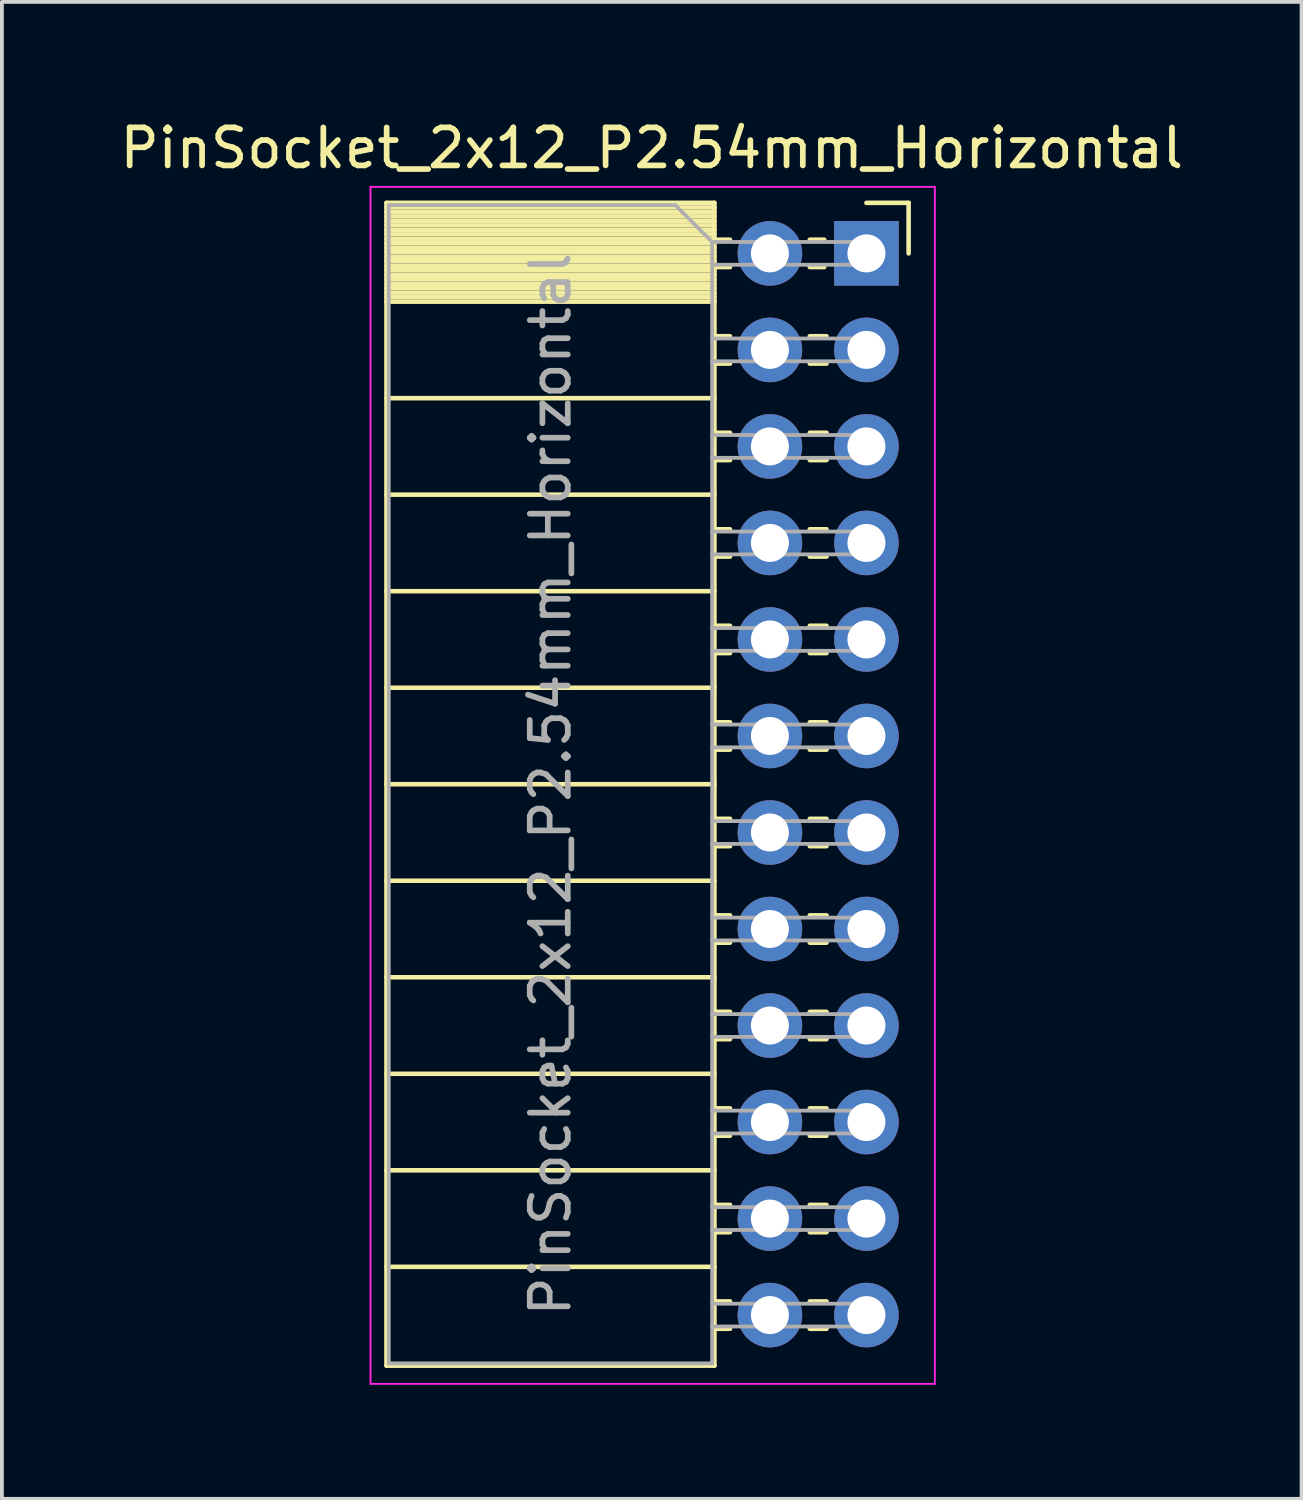
<source format=kicad_pcb>
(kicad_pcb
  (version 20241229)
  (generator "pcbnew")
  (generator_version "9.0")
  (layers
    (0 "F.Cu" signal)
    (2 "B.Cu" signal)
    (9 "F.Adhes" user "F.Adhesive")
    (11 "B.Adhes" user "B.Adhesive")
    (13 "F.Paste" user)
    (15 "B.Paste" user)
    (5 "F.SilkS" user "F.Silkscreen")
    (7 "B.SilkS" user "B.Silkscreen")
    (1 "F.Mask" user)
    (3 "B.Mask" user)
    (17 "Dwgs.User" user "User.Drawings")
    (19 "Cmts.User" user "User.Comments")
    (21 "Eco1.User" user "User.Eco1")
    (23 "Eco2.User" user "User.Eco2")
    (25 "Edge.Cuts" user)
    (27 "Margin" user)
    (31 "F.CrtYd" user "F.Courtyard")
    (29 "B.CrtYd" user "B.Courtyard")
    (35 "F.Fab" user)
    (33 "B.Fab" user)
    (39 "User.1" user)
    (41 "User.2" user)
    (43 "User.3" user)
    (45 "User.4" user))
  (footprint "PinSocket_2x12_P2.54mm_Horizontal"
    (layer "F.Cu")
    (at 19.751 3.618)
    (property "Reference" "PinSocket_2x12_P2.54mm_Horizontal" (at -5.65 -2.77 0) (layer "F.SilkS") (effects (font (size 1 1) (thickness 0.15))))
    (attr through_hole)
    (fp_line (start -12.63 -1.33) (end -12.63 29.27) (stroke (width 0.12) (type solid)) (layer "F.SilkS"))
    (fp_line (start -12.63 -1.33) (end -4 -1.33) (stroke (width 0.12) (type solid)) (layer "F.SilkS"))
    (fp_line (start -12.63 -1.21) (end -4 -1.21) (stroke (width 0.12) (type solid)) (layer "F.SilkS"))
    (fp_line (start -12.63 -1.092) (end -4 -1.092) (stroke (width 0.12) (type solid)) (layer "F.SilkS"))
    (fp_line (start -12.63 -0.974) (end -4 -0.974) (stroke (width 0.12) (type solid)) (layer "F.SilkS"))
    (fp_line (start -12.63 -0.856) (end -4 -0.856) (stroke (width 0.12) (type solid)) (layer "F.SilkS"))
    (fp_line (start -12.63 -0.738) (end -4 -0.738) (stroke (width 0.12) (type solid)) (layer "F.SilkS"))
    (fp_line (start -12.63 -0.62) (end -4 -0.62) (stroke (width 0.12) (type solid)) (layer "F.SilkS"))
    (fp_line (start -12.63 -0.501) (end -4 -0.501) (stroke (width 0.12) (type solid)) (layer "F.SilkS"))
    (fp_line (start -12.63 -0.383) (end -4 -0.383) (stroke (width 0.12) (type solid)) (layer "F.SilkS"))
    (fp_line (start -12.63 -0.265) (end -4 -0.265) (stroke (width 0.12) (type solid)) (layer "F.SilkS"))
    (fp_line (start -12.63 -0.147) (end -4 -0.147) (stroke (width 0.12) (type solid)) (layer "F.SilkS"))
    (fp_line (start -12.63 -0.029) (end -4 -0.029) (stroke (width 0.12) (type solid)) (layer "F.SilkS"))
    (fp_line (start -12.63 0.089) (end -4 0.089) (stroke (width 0.12) (type solid)) (layer "F.SilkS"))
    (fp_line (start -12.63 0.207) (end -4 0.207) (stroke (width 0.12) (type solid)) (layer "F.SilkS"))
    (fp_line (start -12.63 0.325) (end -4 0.325) (stroke (width 0.12) (type solid)) (layer "F.SilkS"))
    (fp_line (start -12.63 0.443) (end -4 0.443) (stroke (width 0.12) (type solid)) (layer "F.SilkS"))
    (fp_line (start -12.63 0.561) (end -4 0.561) (stroke (width 0.12) (type solid)) (layer "F.SilkS"))
    (fp_line (start -12.63 0.68) (end -4 0.68) (stroke (width 0.12) (type solid)) (layer "F.SilkS"))
    (fp_line (start -12.63 0.798) (end -4 0.798) (stroke (width 0.12) (type solid)) (layer "F.SilkS"))
    (fp_line (start -12.63 0.916) (end -4 0.916) (stroke (width 0.12) (type solid)) (layer "F.SilkS"))
    (fp_line (start -12.63 1.034) (end -4 1.034) (stroke (width 0.12) (type solid)) (layer "F.SilkS"))
    (fp_line (start -12.63 1.152) (end -4 1.152) (stroke (width 0.12) (type solid)) (layer "F.SilkS"))
    (fp_line (start -12.63 1.27) (end -4 1.27) (stroke (width 0.12) (type solid)) (layer "F.SilkS"))
    (fp_line (start -12.63 3.81) (end -4 3.81) (stroke (width 0.12) (type solid)) (layer "F.SilkS"))
    (fp_line (start -12.63 6.35) (end -4 6.35) (stroke (width 0.12) (type solid)) (layer "F.SilkS"))
    (fp_line (start -12.63 8.89) (end -4 8.89) (stroke (width 0.12) (type solid)) (layer "F.SilkS"))
    (fp_line (start -12.63 11.43) (end -4 11.43) (stroke (width 0.12) (type solid)) (layer "F.SilkS"))
    (fp_line (start -12.63 13.97) (end -4 13.97) (stroke (width 0.12) (type solid)) (layer "F.SilkS"))
    (fp_line (start -12.63 16.51) (end -4 16.51) (stroke (width 0.12) (type solid)) (layer "F.SilkS"))
    (fp_line (start -12.63 19.05) (end -4 19.05) (stroke (width 0.12) (type solid)) (layer "F.SilkS"))
    (fp_line (start -12.63 21.59) (end -4 21.59) (stroke (width 0.12) (type solid)) (layer "F.SilkS"))
    (fp_line (start -12.63 24.13) (end -4 24.13) (stroke (width 0.12) (type solid)) (layer "F.SilkS"))
    (fp_line (start -12.63 26.67) (end -4 26.67) (stroke (width 0.12) (type solid)) (layer "F.SilkS"))
    (fp_line (start -12.63 29.27) (end -4 29.27) (stroke (width 0.12) (type solid)) (layer "F.SilkS"))
    (fp_line (start -4 -1.33) (end -4 29.27) (stroke (width 0.12) (type solid)) (layer "F.SilkS"))
    (fp_line (start -4 -0.36) (end -3.59 -0.36) (stroke (width 0.12) (type solid)) (layer "F.SilkS"))
    (fp_line (start -4 0.36) (end -3.59 0.36) (stroke (width 0.12) (type solid)) (layer "F.SilkS"))
    (fp_line (start -4 2.18) (end -3.59 2.18) (stroke (width 0.12) (type solid)) (layer "F.SilkS"))
    (fp_line (start -4 2.9) (end -3.59 2.9) (stroke (width 0.12) (type solid)) (layer "F.SilkS"))
    (fp_line (start -4 4.72) (end -3.59 4.72) (stroke (width 0.12) (type solid)) (layer "F.SilkS"))
    (fp_line (start -4 5.44) (end -3.59 5.44) (stroke (width 0.12) (type solid)) (layer "F.SilkS"))
    (fp_line (start -4 7.26) (end -3.59 7.26) (stroke (width 0.12) (type solid)) (layer "F.SilkS"))
    (fp_line (start -4 7.98) (end -3.59 7.98) (stroke (width 0.12) (type solid)) (layer "F.SilkS"))
    (fp_line (start -4 9.8) (end -3.59 9.8) (stroke (width 0.12) (type solid)) (layer "F.SilkS"))
    (fp_line (start -4 10.52) (end -3.59 10.52) (stroke (width 0.12) (type solid)) (layer "F.SilkS"))
    (fp_line (start -4 12.34) (end -3.59 12.34) (stroke (width 0.12) (type solid)) (layer "F.SilkS"))
    (fp_line (start -4 13.06) (end -3.59 13.06) (stroke (width 0.12) (type solid)) (layer "F.SilkS"))
    (fp_line (start -4 14.88) (end -3.59 14.88) (stroke (width 0.12) (type solid)) (layer "F.SilkS"))
    (fp_line (start -4 15.6) (end -3.59 15.6) (stroke (width 0.12) (type solid)) (layer "F.SilkS"))
    (fp_line (start -4 17.42) (end -3.59 17.42) (stroke (width 0.12) (type solid)) (layer "F.SilkS"))
    (fp_line (start -4 18.14) (end -3.59 18.14) (stroke (width 0.12) (type solid)) (layer "F.SilkS"))
    (fp_line (start -4 19.96) (end -3.59 19.96) (stroke (width 0.12) (type solid)) (layer "F.SilkS"))
    (fp_line (start -4 20.68) (end -3.59 20.68) (stroke (width 0.12) (type solid)) (layer "F.SilkS"))
    (fp_line (start -4 22.5) (end -3.59 22.5) (stroke (width 0.12) (type solid)) (layer "F.SilkS"))
    (fp_line (start -4 23.22) (end -3.59 23.22) (stroke (width 0.12) (type solid)) (layer "F.SilkS"))
    (fp_line (start -4 25.04) (end -3.59 25.04) (stroke (width 0.12) (type solid)) (layer "F.SilkS"))
    (fp_line (start -4 25.76) (end -3.59 25.76) (stroke (width 0.12) (type solid)) (layer "F.SilkS"))
    (fp_line (start -4 27.58) (end -3.59 27.58) (stroke (width 0.12) (type solid)) (layer "F.SilkS"))
    (fp_line (start -4 28.3) (end -3.59 28.3) (stroke (width 0.12) (type solid)) (layer "F.SilkS"))
    (fp_line (start -1.49 -0.36) (end -1.11 -0.36) (stroke (width 0.12) (type solid)) (layer "F.SilkS"))
    (fp_line (start -1.49 0.36) (end -1.11 0.36) (stroke (width 0.12) (type solid)) (layer "F.SilkS"))
    (fp_line (start -1.49 2.18) (end -1.05 2.18) (stroke (width 0.12) (type solid)) (layer "F.SilkS"))
    (fp_line (start -1.49 2.9) (end -1.05 2.9) (stroke (width 0.12) (type solid)) (layer "F.SilkS"))
    (fp_line (start -1.49 4.72) (end -1.05 4.72) (stroke (width 0.12) (type solid)) (layer "F.SilkS"))
    (fp_line (start -1.49 5.44) (end -1.05 5.44) (stroke (width 0.12) (type solid)) (layer "F.SilkS"))
    (fp_line (start -1.49 7.26) (end -1.05 7.26) (stroke (width 0.12) (type solid)) (layer "F.SilkS"))
    (fp_line (start -1.49 7.98) (end -1.05 7.98) (stroke (width 0.12) (type solid)) (layer "F.SilkS"))
    (fp_line (start -1.49 9.8) (end -1.05 9.8) (stroke (width 0.12) (type solid)) (layer "F.SilkS"))
    (fp_line (start -1.49 10.52) (end -1.05 10.52) (stroke (width 0.12) (type solid)) (layer "F.SilkS"))
    (fp_line (start -1.49 12.34) (end -1.05 12.34) (stroke (width 0.12) (type solid)) (layer "F.SilkS"))
    (fp_line (start -1.49 13.06) (end -1.05 13.06) (stroke (width 0.12) (type solid)) (layer "F.SilkS"))
    (fp_line (start -1.49 14.88) (end -1.05 14.88) (stroke (width 0.12) (type solid)) (layer "F.SilkS"))
    (fp_line (start -1.49 15.6) (end -1.05 15.6) (stroke (width 0.12) (type solid)) (layer "F.SilkS"))
    (fp_line (start -1.49 17.42) (end -1.05 17.42) (stroke (width 0.12) (type solid)) (layer "F.SilkS"))
    (fp_line (start -1.49 18.14) (end -1.05 18.14) (stroke (width 0.12) (type solid)) (layer "F.SilkS"))
    (fp_line (start -1.49 19.96) (end -1.05 19.96) (stroke (width 0.12) (type solid)) (layer "F.SilkS"))
    (fp_line (start -1.49 20.68) (end -1.05 20.68) (stroke (width 0.12) (type solid)) (layer "F.SilkS"))
    (fp_line (start -1.49 22.5) (end -1.05 22.5) (stroke (width 0.12) (type solid)) (layer "F.SilkS"))
    (fp_line (start -1.49 23.22) (end -1.05 23.22) (stroke (width 0.12) (type solid)) (layer "F.SilkS"))
    (fp_line (start -1.49 25.04) (end -1.05 25.04) (stroke (width 0.12) (type solid)) (layer "F.SilkS"))
    (fp_line (start -1.49 25.76) (end -1.05 25.76) (stroke (width 0.12) (type solid)) (layer "F.SilkS"))
    (fp_line (start -1.49 27.58) (end -1.05 27.58) (stroke (width 0.12) (type solid)) (layer "F.SilkS"))
    (fp_line (start -1.49 28.3) (end -1.05 28.3) (stroke (width 0.12) (type solid)) (layer "F.SilkS"))
    (fp_line (start 0 -1.33) (end 1.11 -1.33) (stroke (width 0.12) (type solid)) (layer "F.SilkS"))
    (fp_line (start 1.11 -1.33) (end 1.11 0) (stroke (width 0.12) (type solid)) (layer "F.SilkS"))
    (fp_line (start -13.05 -1.75) (end -13.05 29.75) (stroke (width 0.05) (type solid)) (layer "F.CrtYd"))
    (fp_line (start -13.05 29.75) (end 1.8 29.75) (stroke (width 0.05) (type solid)) (layer "F.CrtYd"))
    (fp_line (start 1.8 -1.75) (end -13.05 -1.75) (stroke (width 0.05) (type solid)) (layer "F.CrtYd"))
    (fp_line (start 1.8 29.75) (end 1.8 -1.75) (stroke (width 0.05) (type solid)) (layer "F.CrtYd"))
    (fp_line (start -12.57 -1.27) (end -5.03 -1.27) (stroke (width 0.1) (type solid)) (layer "F.Fab"))
    (fp_line (start -12.57 29.21) (end -12.57 -1.27) (stroke (width 0.1) (type solid)) (layer "F.Fab"))
    (fp_line (start -5.03 -1.27) (end -4.06 -0.3) (stroke (width 0.1) (type solid)) (layer "F.Fab"))
    (fp_line (start -4.06 -0.3) (end -4.06 29.21) (stroke (width 0.1) (type solid)) (layer "F.Fab"))
    (fp_line (start -4.06 0.3) (end 0 0.3) (stroke (width 0.1) (type solid)) (layer "F.Fab"))
    (fp_line (start -4.06 2.84) (end 0 2.84) (stroke (width 0.1) (type solid)) (layer "F.Fab"))
    (fp_line (start -4.06 5.38) (end 0 5.38) (stroke (width 0.1) (type solid)) (layer "F.Fab"))
    (fp_line (start -4.06 7.92) (end 0 7.92) (stroke (width 0.1) (type solid)) (layer "F.Fab"))
    (fp_line (start -4.06 10.46) (end 0 10.46) (stroke (width 0.1) (type solid)) (layer "F.Fab"))
    (fp_line (start -4.06 13) (end 0 13) (stroke (width 0.1) (type solid)) (layer "F.Fab"))
    (fp_line (start -4.06 15.54) (end 0 15.54) (stroke (width 0.1) (type solid)) (layer "F.Fab"))
    (fp_line (start -4.06 18.08) (end 0 18.08) (stroke (width 0.1) (type solid)) (layer "F.Fab"))
    (fp_line (start -4.06 20.62) (end 0 20.62) (stroke (width 0.1) (type solid)) (layer "F.Fab"))
    (fp_line (start -4.06 23.16) (end 0 23.16) (stroke (width 0.1) (type solid)) (layer "F.Fab"))
    (fp_line (start -4.06 25.7) (end 0 25.7) (stroke (width 0.1) (type solid)) (layer "F.Fab"))
    (fp_line (start -4.06 28.24) (end 0 28.24) (stroke (width 0.1) (type solid)) (layer "F.Fab"))
    (fp_line (start -4.06 29.21) (end -12.57 29.21) (stroke (width 0.1) (type solid)) (layer "F.Fab"))
    (fp_line (start 0 -0.3) (end -4.06 -0.3) (stroke (width 0.1) (type solid)) (layer "F.Fab"))
    (fp_line (start 0 0.3) (end 0 -0.3) (stroke (width 0.1) (type solid)) (layer "F.Fab"))
    (fp_line (start 0 2.24) (end -4.06 2.24) (stroke (width 0.1) (type solid)) (layer "F.Fab"))
    (fp_line (start 0 2.84) (end 0 2.24) (stroke (width 0.1) (type solid)) (layer "F.Fab"))
    (fp_line (start 0 4.78) (end -4.06 4.78) (stroke (width 0.1) (type solid)) (layer "F.Fab"))
    (fp_line (start 0 5.38) (end 0 4.78) (stroke (width 0.1) (type solid)) (layer "F.Fab"))
    (fp_line (start 0 7.32) (end -4.06 7.32) (stroke (width 0.1) (type solid)) (layer "F.Fab"))
    (fp_line (start 0 7.92) (end 0 7.32) (stroke (width 0.1) (type solid)) (layer "F.Fab"))
    (fp_line (start 0 9.86) (end -4.06 9.86) (stroke (width 0.1) (type solid)) (layer "F.Fab"))
    (fp_line (start 0 10.46) (end 0 9.86) (stroke (width 0.1) (type solid)) (layer "F.Fab"))
    (fp_line (start 0 12.4) (end -4.06 12.4) (stroke (width 0.1) (type solid)) (layer "F.Fab"))
    (fp_line (start 0 13) (end 0 12.4) (stroke (width 0.1) (type solid)) (layer "F.Fab"))
    (fp_line (start 0 14.94) (end -4.06 14.94) (stroke (width 0.1) (type solid)) (layer "F.Fab"))
    (fp_line (start 0 15.54) (end 0 14.94) (stroke (width 0.1) (type solid)) (layer "F.Fab"))
    (fp_line (start 0 17.48) (end -4.06 17.48) (stroke (width 0.1) (type solid)) (layer "F.Fab"))
    (fp_line (start 0 18.08) (end 0 17.48) (stroke (width 0.1) (type solid)) (layer "F.Fab"))
    (fp_line (start 0 20.02) (end -4.06 20.02) (stroke (width 0.1) (type solid)) (layer "F.Fab"))
    (fp_line (start 0 20.62) (end 0 20.02) (stroke (width 0.1) (type solid)) (layer "F.Fab"))
    (fp_line (start 0 22.56) (end -4.06 22.56) (stroke (width 0.1) (type solid)) (layer "F.Fab"))
    (fp_line (start 0 23.16) (end 0 22.56) (stroke (width 0.1) (type solid)) (layer "F.Fab"))
    (fp_line (start 0 25.1) (end -4.06 25.1) (stroke (width 0.1) (type solid)) (layer "F.Fab"))
    (fp_line (start 0 25.7) (end 0 25.1) (stroke (width 0.1) (type solid)) (layer "F.Fab"))
    (fp_line (start 0 27.64) (end -4.06 27.64) (stroke (width 0.1) (type solid)) (layer "F.Fab"))
    (fp_line (start 0 28.24) (end 0 27.64) (stroke (width 0.1) (type solid)) (layer "F.Fab"))
    (fp_text user "${REFERENCE}" (at -8.315 13.97 90) (layer "F.Fab") (effects (font (size 1 1) (thickness 0.15))))
    (pad "1" thru_hole rect (at 0 0) (size 1.7 1.7) (drill 1) (layers "*.Cu" "*.Mask"))
    (pad "2" thru_hole circle (at -2.54 0) (size 1.7 1.7) (drill 1) (layers "*.Cu" "*.Mask"))
    (pad "3" thru_hole circle (at 0 2.54) (size 1.7 1.7) (drill 1) (layers "*.Cu" "*.Mask"))
    (pad "4" thru_hole circle (at -2.54 2.54) (size 1.7 1.7) (drill 1) (layers "*.Cu" "*.Mask"))
    (pad "5" thru_hole circle (at 0 5.08) (size 1.7 1.7) (drill 1) (layers "*.Cu" "*.Mask"))
    (pad "6" thru_hole circle (at -2.54 5.08) (size 1.7 1.7) (drill 1) (layers "*.Cu" "*.Mask"))
    (pad "7" thru_hole circle (at 0 7.62) (size 1.7 1.7) (drill 1) (layers "*.Cu" "*.Mask"))
    (pad "8" thru_hole circle (at -2.54 7.62) (size 1.7 1.7) (drill 1) (layers "*.Cu" "*.Mask"))
    (pad "9" thru_hole circle (at 0 10.16) (size 1.7 1.7) (drill 1) (layers "*.Cu" "*.Mask"))
    (pad "10" thru_hole circle (at -2.54 10.16) (size 1.7 1.7) (drill 1) (layers "*.Cu" "*.Mask"))
    (pad "11" thru_hole circle (at 0 12.7) (size 1.7 1.7) (drill 1) (layers "*.Cu" "*.Mask"))
    (pad "12" thru_hole circle (at -2.54 12.7) (size 1.7 1.7) (drill 1) (layers "*.Cu" "*.Mask"))
    (pad "13" thru_hole circle (at 0 15.24) (size 1.7 1.7) (drill 1) (layers "*.Cu" "*.Mask"))
    (pad "14" thru_hole circle (at -2.54 15.24) (size 1.7 1.7) (drill 1) (layers "*.Cu" "*.Mask"))
    (pad "15" thru_hole circle (at 0 17.78) (size 1.7 1.7) (drill 1) (layers "*.Cu" "*.Mask"))
    (pad "16" thru_hole circle (at -2.54 17.78) (size 1.7 1.7) (drill 1) (layers "*.Cu" "*.Mask"))
    (pad "17" thru_hole circle (at 0 20.32) (size 1.7 1.7) (drill 1) (layers "*.Cu" "*.Mask"))
    (pad "18" thru_hole circle (at -2.54 20.32) (size 1.7 1.7) (drill 1) (layers "*.Cu" "*.Mask"))
    (pad "19" thru_hole circle (at 0 22.86) (size 1.7 1.7) (drill 1) (layers "*.Cu" "*.Mask"))
    (pad "20" thru_hole circle (at -2.54 22.86) (size 1.7 1.7) (drill 1) (layers "*.Cu" "*.Mask"))
    (pad "21" thru_hole circle (at 0 25.4) (size 1.7 1.7) (drill 1) (layers "*.Cu" "*.Mask"))
    (pad "22" thru_hole circle (at -2.54 25.4) (size 1.7 1.7) (drill 1) (layers "*.Cu" "*.Mask"))
    (pad "23" thru_hole circle (at 0 27.94) (size 1.7 1.7) (drill 1) (layers "*.Cu" "*.Mask"))
    (pad "24" thru_hole circle (at -2.54 27.94) (size 1.7 1.7) (drill 1) (layers "*.Cu" "*.Mask")))
  (gr_rect
    (start -3 -3)
    (end 31.202 36.393)
    (stroke (width 0.1) (type default))
    (fill no)
    (layer "Edge.Cuts")))
</source>
